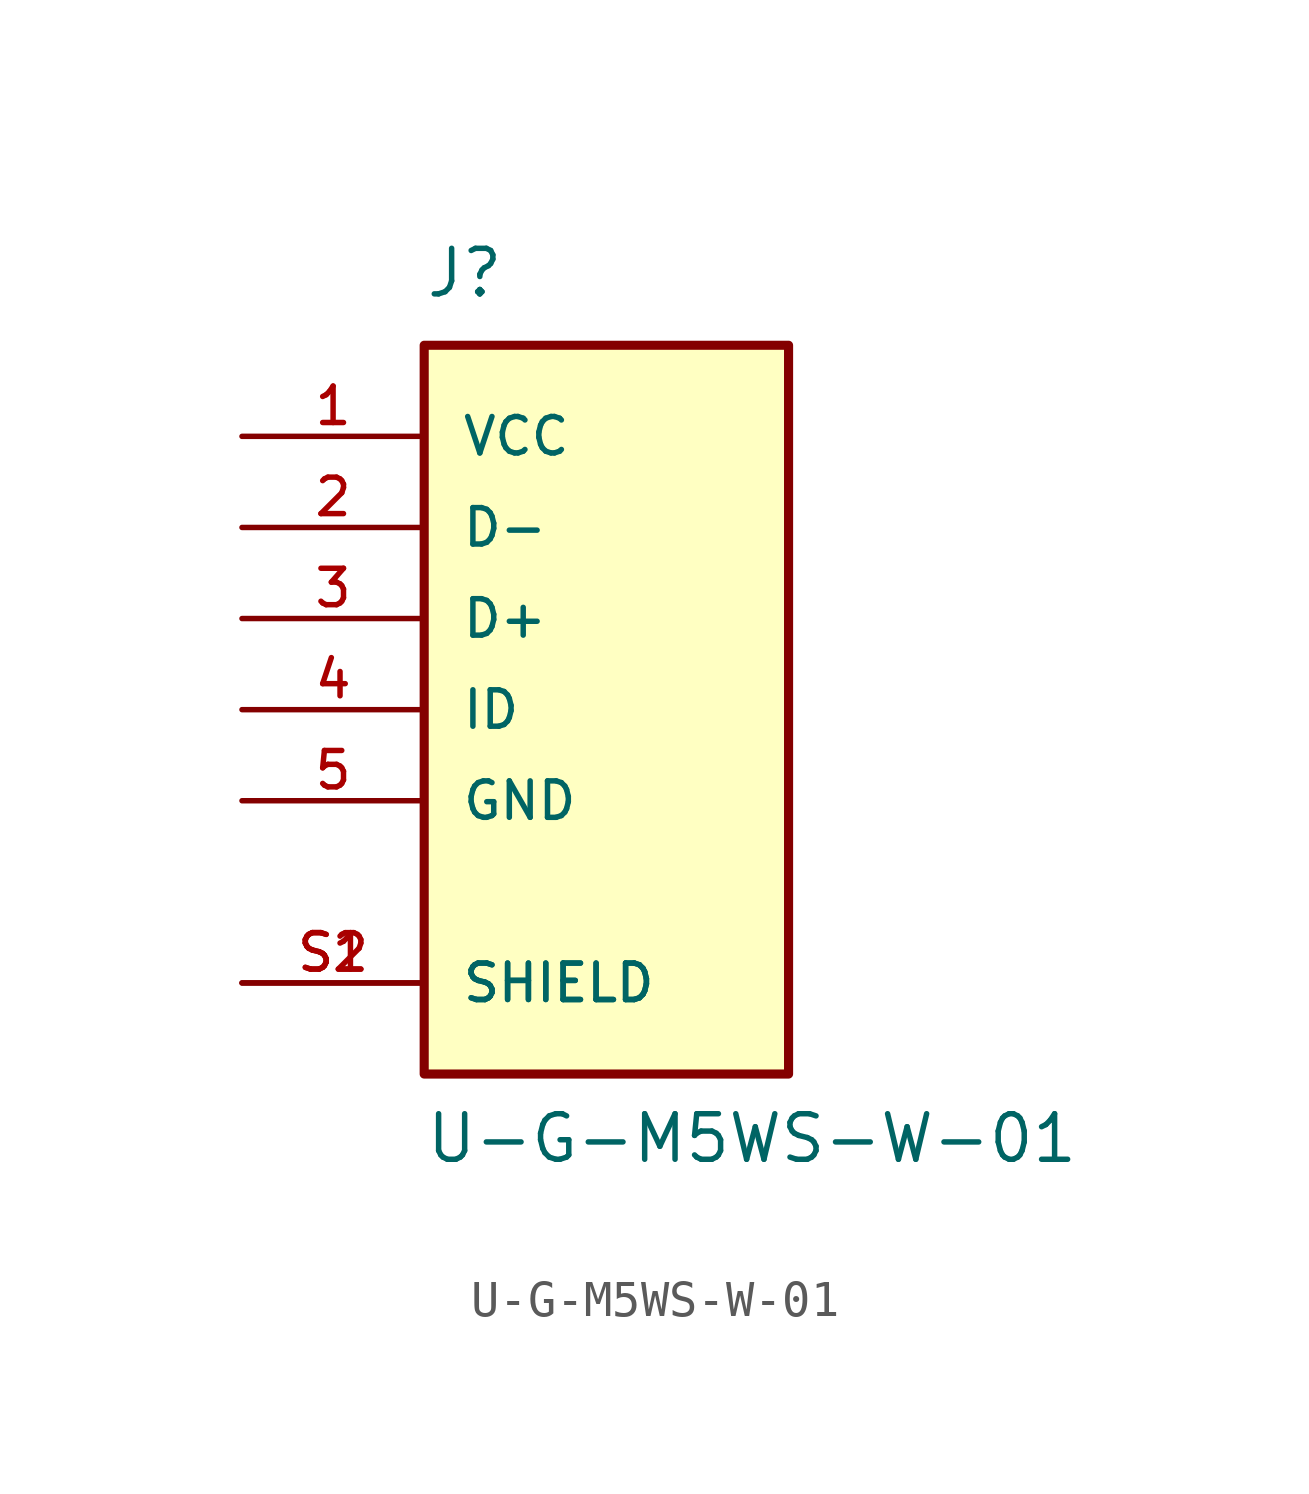
<source format=kicad_sym>
(kicad_symbol_lib
  (version 20231120)
  (generator "kicad_symbol_editor")
  (generator_version "8.0")
  (symbol "U-G-M5WS-W-01"
    (pin_names
      (offset 1.016))
    (property "Reference" "J"
      (at -5.08 11.43 0)
      (effects (font (size 1.27 1.27)) (justify left bottom)))
    (property "Value" "U-G-M5WS-W-01"
      (at -5.08 -12.7 0)
      (effects (font (size 1.27 1.27)) (justify left bottom)))
    (symbol "U-G-M5WS-W-01_0_0"
      (rectangle (start -5.08 -10.16) (end 5.08 10.16) (stroke (width 0.254) (type default)) (fill (type background)))
      (pin power_in line (at -10.16 7.62 0) (length 5.08) (name "VCC" (effects (font (size 1.016 1.016)))) (number "1" (effects (font (size 1.016 1.016)))))
      (pin bidirectional line (at -10.16 5.08 0) (length 5.08) (name "D-" (effects (font (size 1.016 1.016)))) (number "2" (effects (font (size 1.016 1.016)))))
      (pin bidirectional line (at -10.16 2.54 0) (length 5.08) (name "D+" (effects (font (size 1.016 1.016)))) (number "3" (effects (font (size 1.016 1.016)))))
      (pin bidirectional line (at -10.16 0 0) (length 5.08) (name "ID" (effects (font (size 1.016 1.016)))) (number "4" (effects (font (size 1.016 1.016)))))
      (pin power_in line (at -10.16 -2.54 0) (length 5.08) (name "GND" (effects (font (size 1.016 1.016)))) (number "5" (effects (font (size 1.016 1.016)))))
      (pin passive line (at -10.16 -7.62 0) (length 5.08) (name "SHIELD" (effects (font (size 1.016 1.016)))) (number "S1" (effects (font (size 1.016 1.016)))))
      (pin passive line (at -10.16 -7.62 0) (length 5.08) (name "SHIELD" (effects (font (size 1.016 1.016)))) (number "S2" (effects (font (size 1.016 1.016))))))))
</source>
